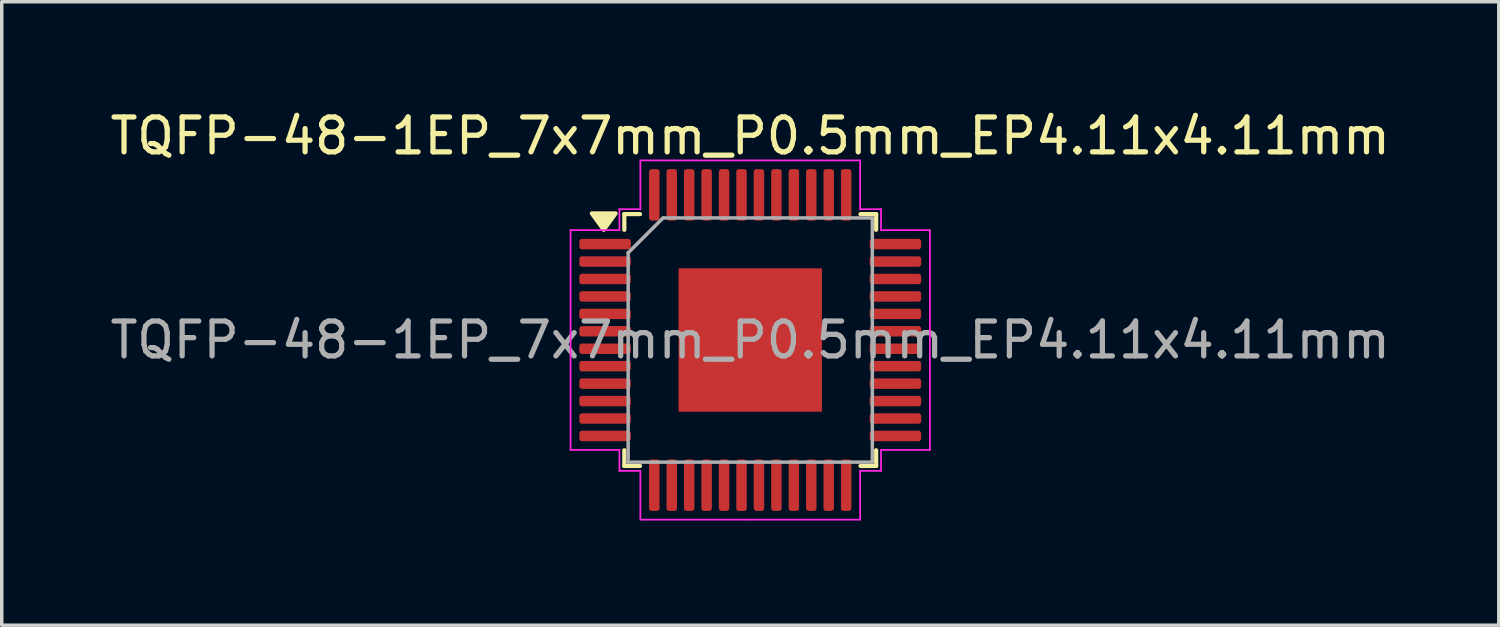
<source format=kicad_pcb>
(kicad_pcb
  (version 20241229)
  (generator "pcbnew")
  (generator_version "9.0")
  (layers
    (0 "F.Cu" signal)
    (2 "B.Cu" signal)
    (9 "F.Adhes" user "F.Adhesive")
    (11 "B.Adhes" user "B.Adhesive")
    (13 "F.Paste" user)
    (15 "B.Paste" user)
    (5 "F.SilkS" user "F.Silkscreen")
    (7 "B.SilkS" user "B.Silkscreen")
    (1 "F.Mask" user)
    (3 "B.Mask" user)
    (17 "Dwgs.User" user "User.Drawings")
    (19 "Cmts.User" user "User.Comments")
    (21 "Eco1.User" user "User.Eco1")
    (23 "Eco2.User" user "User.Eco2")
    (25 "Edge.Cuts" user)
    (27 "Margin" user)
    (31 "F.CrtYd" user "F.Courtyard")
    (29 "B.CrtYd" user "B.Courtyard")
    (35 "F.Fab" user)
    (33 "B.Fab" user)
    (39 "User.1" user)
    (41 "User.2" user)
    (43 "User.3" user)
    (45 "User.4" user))
  (footprint "TQFP-48-1EP_7x7mm_P0.5mm_EP4.11x4.11mm"
    (layer "F.Cu")
    (at 18.458 6.698)
    (property "Reference" "TQFP-48-1EP_7x7mm_P0.5mm_EP4.11x4.11mm" (at 0 -5.85 0) (layer "F.SilkS") (effects (font (size 1 1) (thickness 0.15))))
    (attr smd)
    (fp_line (start -3.61 -3.61) (end -3.61 -3.16) (stroke (width 0.12) (type solid)) (layer "F.SilkS"))
    (fp_line (start -3.61 3.61) (end -3.61 3.16) (stroke (width 0.12) (type solid)) (layer "F.SilkS"))
    (fp_line (start -3.16 -3.61) (end -3.61 -3.61) (stroke (width 0.12) (type solid)) (layer "F.SilkS"))
    (fp_line (start -3.16 3.61) (end -3.61 3.61) (stroke (width 0.12) (type solid)) (layer "F.SilkS"))
    (fp_line (start 3.16 -3.61) (end 3.61 -3.61) (stroke (width 0.12) (type solid)) (layer "F.SilkS"))
    (fp_line (start 3.16 3.61) (end 3.61 3.61) (stroke (width 0.12) (type solid)) (layer "F.SilkS"))
    (fp_line (start 3.61 -3.61) (end 3.61 -3.16) (stroke (width 0.12) (type solid)) (layer "F.SilkS"))
    (fp_line (start 3.61 3.61) (end 3.61 3.16) (stroke (width 0.12) (type solid)) (layer "F.SilkS"))
    (fp_poly (pts (xy -4.2 -3.16) (xy -4.54 -3.63) (xy -3.86 -3.63) (xy -4.2 -3.16)) (stroke (width 0.12) (type solid)) (fill yes) (layer "F.SilkS"))
    (fp_line (start -5.15 -3.15) (end -5.15 0) (stroke (width 0.05) (type solid)) (layer "F.CrtYd"))
    (fp_line (start -5.15 3.15) (end -5.15 0) (stroke (width 0.05) (type solid)) (layer "F.CrtYd"))
    (fp_line (start -3.75 -3.75) (end -3.75 -3.15) (stroke (width 0.05) (type solid)) (layer "F.CrtYd"))
    (fp_line (start -3.75 -3.15) (end -5.15 -3.15) (stroke (width 0.05) (type solid)) (layer "F.CrtYd"))
    (fp_line (start -3.75 3.15) (end -5.15 3.15) (stroke (width 0.05) (type solid)) (layer "F.CrtYd"))
    (fp_line (start -3.75 3.75) (end -3.75 3.15) (stroke (width 0.05) (type solid)) (layer "F.CrtYd"))
    (fp_line (start -3.15 -5.15) (end -3.15 -3.75) (stroke (width 0.05) (type solid)) (layer "F.CrtYd"))
    (fp_line (start -3.15 -3.75) (end -3.75 -3.75) (stroke (width 0.05) (type solid)) (layer "F.CrtYd"))
    (fp_line (start -3.15 3.75) (end -3.75 3.75) (stroke (width 0.05) (type solid)) (layer "F.CrtYd"))
    (fp_line (start -3.15 5.15) (end -3.15 3.75) (stroke (width 0.05) (type solid)) (layer "F.CrtYd"))
    (fp_line (start 0 -5.15) (end -3.15 -5.15) (stroke (width 0.05) (type solid)) (layer "F.CrtYd"))
    (fp_line (start 0 -5.15) (end 3.15 -5.15) (stroke (width 0.05) (type solid)) (layer "F.CrtYd"))
    (fp_line (start 0 5.15) (end -3.15 5.15) (stroke (width 0.05) (type solid)) (layer "F.CrtYd"))
    (fp_line (start 0 5.15) (end 3.15 5.15) (stroke (width 0.05) (type solid)) (layer "F.CrtYd"))
    (fp_line (start 3.15 -5.15) (end 3.15 -3.75) (stroke (width 0.05) (type solid)) (layer "F.CrtYd"))
    (fp_line (start 3.15 -3.75) (end 3.75 -3.75) (stroke (width 0.05) (type solid)) (layer "F.CrtYd"))
    (fp_line (start 3.15 3.75) (end 3.75 3.75) (stroke (width 0.05) (type solid)) (layer "F.CrtYd"))
    (fp_line (start 3.15 5.15) (end 3.15 3.75) (stroke (width 0.05) (type solid)) (layer "F.CrtYd"))
    (fp_line (start 3.75 -3.75) (end 3.75 -3.15) (stroke (width 0.05) (type solid)) (layer "F.CrtYd"))
    (fp_line (start 3.75 -3.15) (end 5.15 -3.15) (stroke (width 0.05) (type solid)) (layer "F.CrtYd"))
    (fp_line (start 3.75 3.15) (end 5.15 3.15) (stroke (width 0.05) (type solid)) (layer "F.CrtYd"))
    (fp_line (start 3.75 3.75) (end 3.75 3.15) (stroke (width 0.05) (type solid)) (layer "F.CrtYd"))
    (fp_line (start 5.15 -3.15) (end 5.15 0) (stroke (width 0.05) (type solid)) (layer "F.CrtYd"))
    (fp_line (start 5.15 3.15) (end 5.15 0) (stroke (width 0.05) (type solid)) (layer "F.CrtYd"))
    (fp_line (start -3.5 -2.5) (end -2.5 -3.5) (stroke (width 0.1) (type solid)) (layer "F.Fab"))
    (fp_line (start -3.5 3.5) (end -3.5 -2.5) (stroke (width 0.1) (type solid)) (layer "F.Fab"))
    (fp_line (start -2.5 -3.5) (end 3.5 -3.5) (stroke (width 0.1) (type solid)) (layer "F.Fab"))
    (fp_line (start 3.5 -3.5) (end 3.5 3.5) (stroke (width 0.1) (type solid)) (layer "F.Fab"))
    (fp_line (start 3.5 3.5) (end -3.5 3.5) (stroke (width 0.1) (type solid)) (layer "F.Fab"))
    (fp_text user "${REFERENCE}" (at 0 0 0) (layer "F.Fab") (effects (font (size 1 1) (thickness 0.15))))
    (pad "" smd roundrect (at -1.545 -1.545) (size 0.83 0.83) (layers "F.Paste") (roundrect_rratio 0.25))
    (pad "" smd roundrect (at -1.545 -0.515) (size 0.83 0.83) (layers "F.Paste") (roundrect_rratio 0.25))
    (pad "" smd roundrect (at -1.545 0.515) (size 0.83 0.83) (layers "F.Paste") (roundrect_rratio 0.25))
    (pad "" smd roundrect (at -1.545 1.545) (size 0.83 0.83) (layers "F.Paste") (roundrect_rratio 0.25))
    (pad "" smd roundrect (at -0.515 -1.545) (size 0.83 0.83) (layers "F.Paste") (roundrect_rratio 0.25))
    (pad "" smd roundrect (at -0.515 -0.515) (size 0.83 0.83) (layers "F.Paste") (roundrect_rratio 0.25))
    (pad "" smd roundrect (at -0.515 0.515) (size 0.83 0.83) (layers "F.Paste") (roundrect_rratio 0.25))
    (pad "" smd roundrect (at -0.515 1.545) (size 0.83 0.83) (layers "F.Paste") (roundrect_rratio 0.25))
    (pad "" smd roundrect (at 0.515 -1.545) (size 0.83 0.83) (layers "F.Paste") (roundrect_rratio 0.25))
    (pad "" smd roundrect (at 0.515 -0.515) (size 0.83 0.83) (layers "F.Paste") (roundrect_rratio 0.25))
    (pad "" smd roundrect (at 0.515 0.515) (size 0.83 0.83) (layers "F.Paste") (roundrect_rratio 0.25))
    (pad "" smd roundrect (at 0.515 1.545) (size 0.83 0.83) (layers "F.Paste") (roundrect_rratio 0.25))
    (pad "" smd roundrect (at 1.545 -1.545) (size 0.83 0.83) (layers "F.Paste") (roundrect_rratio 0.25))
    (pad "" smd roundrect (at 1.545 -0.515) (size 0.83 0.83) (layers "F.Paste") (roundrect_rratio 0.25))
    (pad "" smd roundrect (at 1.545 0.515) (size 0.83 0.83) (layers "F.Paste") (roundrect_rratio 0.25))
    (pad "" smd roundrect (at 1.545 1.545) (size 0.83 0.83) (layers "F.Paste") (roundrect_rratio 0.25))
    (pad "1" smd roundrect (at -4.162 -2.75) (size 1.475 0.3) (layers "F.Cu" "F.Mask" "F.Paste") (roundrect_rratio 0.25))
    (pad "2" smd roundrect (at -4.162 -2.25) (size 1.475 0.3) (layers "F.Cu" "F.Mask" "F.Paste") (roundrect_rratio 0.25))
    (pad "3" smd roundrect (at -4.162 -1.75) (size 1.475 0.3) (layers "F.Cu" "F.Mask" "F.Paste") (roundrect_rratio 0.25))
    (pad "4" smd roundrect (at -4.162 -1.25) (size 1.475 0.3) (layers "F.Cu" "F.Mask" "F.Paste") (roundrect_rratio 0.25))
    (pad "5" smd roundrect (at -4.162 -0.75) (size 1.475 0.3) (layers "F.Cu" "F.Mask" "F.Paste") (roundrect_rratio 0.25))
    (pad "6" smd roundrect (at -4.162 -0.25) (size 1.475 0.3) (layers "F.Cu" "F.Mask" "F.Paste") (roundrect_rratio 0.25))
    (pad "7" smd roundrect (at -4.162 0.25) (size 1.475 0.3) (layers "F.Cu" "F.Mask" "F.Paste") (roundrect_rratio 0.25))
    (pad "8" smd roundrect (at -4.162 0.75) (size 1.475 0.3) (layers "F.Cu" "F.Mask" "F.Paste") (roundrect_rratio 0.25))
    (pad "9" smd roundrect (at -4.162 1.25) (size 1.475 0.3) (layers "F.Cu" "F.Mask" "F.Paste") (roundrect_rratio 0.25))
    (pad "10" smd roundrect (at -4.162 1.75) (size 1.475 0.3) (layers "F.Cu" "F.Mask" "F.Paste") (roundrect_rratio 0.25))
    (pad "11" smd roundrect (at -4.162 2.25) (size 1.475 0.3) (layers "F.Cu" "F.Mask" "F.Paste") (roundrect_rratio 0.25))
    (pad "12" smd roundrect (at -4.162 2.75) (size 1.475 0.3) (layers "F.Cu" "F.Mask" "F.Paste") (roundrect_rratio 0.25))
    (pad "13" smd roundrect (at -2.75 4.162) (size 0.3 1.475) (layers "F.Cu" "F.Mask" "F.Paste") (roundrect_rratio 0.25))
    (pad "14" smd roundrect (at -2.25 4.162) (size 0.3 1.475) (layers "F.Cu" "F.Mask" "F.Paste") (roundrect_rratio 0.25))
    (pad "15" smd roundrect (at -1.75 4.162) (size 0.3 1.475) (layers "F.Cu" "F.Mask" "F.Paste") (roundrect_rratio 0.25))
    (pad "16" smd roundrect (at -1.25 4.162) (size 0.3 1.475) (layers "F.Cu" "F.Mask" "F.Paste") (roundrect_rratio 0.25))
    (pad "17" smd roundrect (at -0.75 4.162) (size 0.3 1.475) (layers "F.Cu" "F.Mask" "F.Paste") (roundrect_rratio 0.25))
    (pad "18" smd roundrect (at -0.25 4.162) (size 0.3 1.475) (layers "F.Cu" "F.Mask" "F.Paste") (roundrect_rratio 0.25))
    (pad "19" smd roundrect (at 0.25 4.162) (size 0.3 1.475) (layers "F.Cu" "F.Mask" "F.Paste") (roundrect_rratio 0.25))
    (pad "20" smd roundrect (at 0.75 4.162) (size 0.3 1.475) (layers "F.Cu" "F.Mask" "F.Paste") (roundrect_rratio 0.25))
    (pad "21" smd roundrect (at 1.25 4.162) (size 0.3 1.475) (layers "F.Cu" "F.Mask" "F.Paste") (roundrect_rratio 0.25))
    (pad "22" smd roundrect (at 1.75 4.162) (size 0.3 1.475) (layers "F.Cu" "F.Mask" "F.Paste") (roundrect_rratio 0.25))
    (pad "23" smd roundrect (at 2.25 4.162) (size 0.3 1.475) (layers "F.Cu" "F.Mask" "F.Paste") (roundrect_rratio 0.25))
    (pad "24" smd roundrect (at 2.75 4.162) (size 0.3 1.475) (layers "F.Cu" "F.Mask" "F.Paste") (roundrect_rratio 0.25))
    (pad "25" smd roundrect (at 4.162 2.75) (size 1.475 0.3) (layers "F.Cu" "F.Mask" "F.Paste") (roundrect_rratio 0.25))
    (pad "26" smd roundrect (at 4.162 2.25) (size 1.475 0.3) (layers "F.Cu" "F.Mask" "F.Paste") (roundrect_rratio 0.25))
    (pad "27" smd roundrect (at 4.162 1.75) (size 1.475 0.3) (layers "F.Cu" "F.Mask" "F.Paste") (roundrect_rratio 0.25))
    (pad "28" smd roundrect (at 4.162 1.25) (size 1.475 0.3) (layers "F.Cu" "F.Mask" "F.Paste") (roundrect_rratio 0.25))
    (pad "29" smd roundrect (at 4.162 0.75) (size 1.475 0.3) (layers "F.Cu" "F.Mask" "F.Paste") (roundrect_rratio 0.25))
    (pad "30" smd roundrect (at 4.162 0.25) (size 1.475 0.3) (layers "F.Cu" "F.Mask" "F.Paste") (roundrect_rratio 0.25))
    (pad "31" smd roundrect (at 4.162 -0.25) (size 1.475 0.3) (layers "F.Cu" "F.Mask" "F.Paste") (roundrect_rratio 0.25))
    (pad "32" smd roundrect (at 4.162 -0.75) (size 1.475 0.3) (layers "F.Cu" "F.Mask" "F.Paste") (roundrect_rratio 0.25))
    (pad "33" smd roundrect (at 4.162 -1.25) (size 1.475 0.3) (layers "F.Cu" "F.Mask" "F.Paste") (roundrect_rratio 0.25))
    (pad "34" smd roundrect (at 4.162 -1.75) (size 1.475 0.3) (layers "F.Cu" "F.Mask" "F.Paste") (roundrect_rratio 0.25))
    (pad "35" smd roundrect (at 4.162 -2.25) (size 1.475 0.3) (layers "F.Cu" "F.Mask" "F.Paste") (roundrect_rratio 0.25))
    (pad "36" smd roundrect (at 4.162 -2.75) (size 1.475 0.3) (layers "F.Cu" "F.Mask" "F.Paste") (roundrect_rratio 0.25))
    (pad "37" smd roundrect (at 2.75 -4.162) (size 0.3 1.475) (layers "F.Cu" "F.Mask" "F.Paste") (roundrect_rratio 0.25))
    (pad "38" smd roundrect (at 2.25 -4.162) (size 0.3 1.475) (layers "F.Cu" "F.Mask" "F.Paste") (roundrect_rratio 0.25))
    (pad "39" smd roundrect (at 1.75 -4.162) (size 0.3 1.475) (layers "F.Cu" "F.Mask" "F.Paste") (roundrect_rratio 0.25))
    (pad "40" smd roundrect (at 1.25 -4.162) (size 0.3 1.475) (layers "F.Cu" "F.Mask" "F.Paste") (roundrect_rratio 0.25))
    (pad "41" smd roundrect (at 0.75 -4.162) (size 0.3 1.475) (layers "F.Cu" "F.Mask" "F.Paste") (roundrect_rratio 0.25))
    (pad "42" smd roundrect (at 0.25 -4.162) (size 0.3 1.475) (layers "F.Cu" "F.Mask" "F.Paste") (roundrect_rratio 0.25))
    (pad "43" smd roundrect (at -0.25 -4.162) (size 0.3 1.475) (layers "F.Cu" "F.Mask" "F.Paste") (roundrect_rratio 0.25))
    (pad "44" smd roundrect (at -0.75 -4.162) (size 0.3 1.475) (layers "F.Cu" "F.Mask" "F.Paste") (roundrect_rratio 0.25))
    (pad "45" smd roundrect (at -1.25 -4.162) (size 0.3 1.475) (layers "F.Cu" "F.Mask" "F.Paste") (roundrect_rratio 0.25))
    (pad "46" smd roundrect (at -1.75 -4.162) (size 0.3 1.475) (layers "F.Cu" "F.Mask" "F.Paste") (roundrect_rratio 0.25))
    (pad "47" smd roundrect (at -2.25 -4.162) (size 0.3 1.475) (layers "F.Cu" "F.Mask" "F.Paste") (roundrect_rratio 0.25))
    (pad "48" smd roundrect (at -2.75 -4.162) (size 0.3 1.475) (layers "F.Cu" "F.Mask" "F.Paste") (roundrect_rratio 0.25))
    (pad "49" smd rect (at 0 0) (size 4.11 4.11) (property pad_prop_heatsink) (layers "F.Cu" "F.Mask")))
  (gr_rect
    (start -3 -3)
    (end 39.917 14.873)
    (stroke (width 0.1) (type default))
    (fill no)
    (layer "Edge.Cuts")))
</source>
